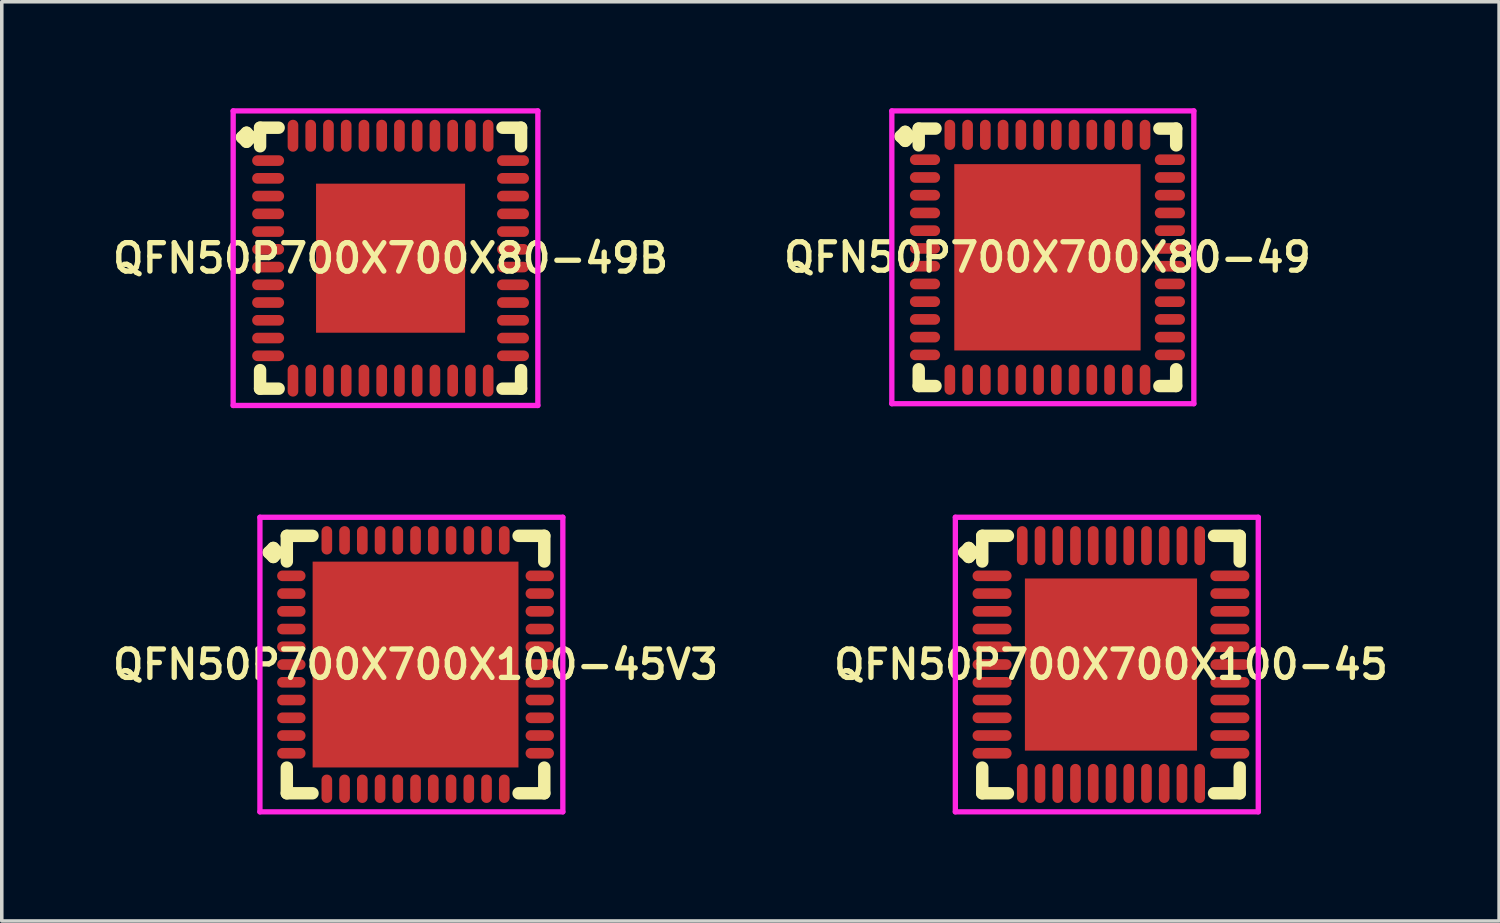
<source format=kicad_pcb>
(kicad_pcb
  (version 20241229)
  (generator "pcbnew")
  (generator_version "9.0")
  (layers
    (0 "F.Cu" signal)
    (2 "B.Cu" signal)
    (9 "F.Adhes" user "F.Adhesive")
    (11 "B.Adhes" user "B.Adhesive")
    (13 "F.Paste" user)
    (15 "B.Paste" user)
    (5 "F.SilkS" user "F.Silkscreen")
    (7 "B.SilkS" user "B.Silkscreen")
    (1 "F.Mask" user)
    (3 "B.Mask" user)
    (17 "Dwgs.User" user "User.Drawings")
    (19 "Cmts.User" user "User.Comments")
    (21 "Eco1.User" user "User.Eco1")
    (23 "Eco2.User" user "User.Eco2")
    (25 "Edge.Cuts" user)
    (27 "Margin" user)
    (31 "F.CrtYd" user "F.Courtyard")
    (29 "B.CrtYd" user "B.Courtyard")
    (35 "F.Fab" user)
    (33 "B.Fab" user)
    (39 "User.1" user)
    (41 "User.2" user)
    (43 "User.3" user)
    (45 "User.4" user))
  (footprint "QFN50P700X700X100-45V3"
    (layer "F.Cu")
    (at 8.659 15.675)
    (property "Reference" "QFN50P700X700X100-45V3" (at 0 0 0) (layer "F.SilkS") (effects (font (size 0.8 0.8) (thickness 0.15))))
    (attr through_hole)
    (fp_line (start -4.135 -3.158) (end -4.008 -3.285) (stroke (width 0.35) (type solid)) (layer "F.SilkS"))
    (fp_line (start -4.008 -3.285) (end -3.881 -3.158) (stroke (width 0.35) (type solid)) (layer "F.SilkS"))
    (fp_line (start -4.008 -3.031) (end -4.135 -3.158) (stroke (width 0.35) (type solid)) (layer "F.SilkS"))
    (fp_line (start -3.881 -3.158) (end -4.008 -3.031) (stroke (width 0.35) (type solid)) (layer "F.SilkS"))
    (fp_line (start -3.627 -3.627) (end -2.904 -3.627) (stroke (width 0.35) (type solid)) (layer "F.SilkS"))
    (fp_line (start -3.627 -2.904) (end -3.627 -3.627) (stroke (width 0.35) (type solid)) (layer "F.SilkS"))
    (fp_line (start -3.627 2.904) (end -3.627 3.627) (stroke (width 0.35) (type solid)) (layer "F.SilkS"))
    (fp_line (start -3.627 3.627) (end -2.904 3.627) (stroke (width 0.35) (type solid)) (layer "F.SilkS"))
    (fp_line (start 2.904 -3.627) (end 3.627 -3.627) (stroke (width 0.35) (type solid)) (layer "F.SilkS"))
    (fp_line (start 2.904 3.627) (end 3.627 3.627) (stroke (width 0.35) (type solid)) (layer "F.SilkS"))
    (fp_line (start 3.627 -3.627) (end 3.627 -2.904) (stroke (width 0.35) (type solid)) (layer "F.SilkS"))
    (fp_line (start 3.627 3.627) (end 3.627 2.904) (stroke (width 0.35) (type solid)) (layer "F.SilkS"))
    (fp_line (start -4.385 -4.15) (end 4.15 -4.15) (stroke (width 0.15) (type solid)) (layer "F.CrtYd"))
    (fp_line (start -4.385 4.15) (end -4.385 -4.15) (stroke (width 0.15) (type solid)) (layer "F.CrtYd"))
    (fp_line (start 4.15 -4.15) (end 4.15 4.15) (stroke (width 0.15) (type solid)) (layer "F.CrtYd"))
    (fp_line (start 4.15 4.15) (end -4.385 4.15) (stroke (width 0.15) (type solid)) (layer "F.CrtYd"))
    (pad "1" smd oval (at -3.5 -2.5) (size 0.8 0.3) (layers "F.Cu" "F.Mask" "F.Paste"))
    (pad "2" smd oval (at -3.5 -2) (size 0.8 0.3) (layers "F.Cu" "F.Mask" "F.Paste"))
    (pad "3" smd oval (at -3.5 -1.5) (size 0.8 0.3) (layers "F.Cu" "F.Mask" "F.Paste"))
    (pad "4" smd oval (at -3.5 -1) (size 0.8 0.3) (layers "F.Cu" "F.Mask" "F.Paste"))
    (pad "5" smd oval (at -3.5 -0.5) (size 0.8 0.3) (layers "F.Cu" "F.Mask" "F.Paste"))
    (pad "6" smd oval (at -3.5 0) (size 0.8 0.3) (layers "F.Cu" "F.Mask" "F.Paste"))
    (pad "7" smd oval (at -3.5 0.5) (size 0.8 0.3) (layers "F.Cu" "F.Mask" "F.Paste"))
    (pad "8" smd oval (at -3.5 1) (size 0.8 0.3) (layers "F.Cu" "F.Mask" "F.Paste"))
    (pad "9" smd oval (at -3.5 1.5) (size 0.8 0.3) (layers "F.Cu" "F.Mask" "F.Paste"))
    (pad "10" smd oval (at -3.5 2) (size 0.8 0.3) (layers "F.Cu" "F.Mask" "F.Paste"))
    (pad "11" smd oval (at -3.5 2.5) (size 0.8 0.3) (layers "F.Cu" "F.Mask" "F.Paste"))
    (pad "12" smd oval (at -2.5 3.5) (size 0.3 0.8) (layers "F.Cu" "F.Mask" "F.Paste"))
    (pad "13" smd oval (at -2 3.5) (size 0.3 0.8) (layers "F.Cu" "F.Mask" "F.Paste"))
    (pad "14" smd oval (at -1.5 3.5) (size 0.3 0.8) (layers "F.Cu" "F.Mask" "F.Paste"))
    (pad "15" smd oval (at -1 3.5) (size 0.3 0.8) (layers "F.Cu" "F.Mask" "F.Paste"))
    (pad "16" smd oval (at -0.5 3.5) (size 0.3 0.8) (layers "F.Cu" "F.Mask" "F.Paste"))
    (pad "17" smd oval (at 0 3.5) (size 0.3 0.8) (layers "F.Cu" "F.Mask" "F.Paste"))
    (pad "18" smd oval (at 0.5 3.5) (size 0.3 0.8) (layers "F.Cu" "F.Mask" "F.Paste"))
    (pad "19" smd oval (at 1 3.5) (size 0.3 0.8) (layers "F.Cu" "F.Mask" "F.Paste"))
    (pad "20" smd oval (at 1.5 3.5) (size 0.3 0.8) (layers "F.Cu" "F.Mask" "F.Paste"))
    (pad "21" smd oval (at 2 3.5) (size 0.3 0.8) (layers "F.Cu" "F.Mask" "F.Paste"))
    (pad "22" smd oval (at 2.5 3.5) (size 0.3 0.8) (layers "F.Cu" "F.Mask" "F.Paste"))
    (pad "23" smd oval (at 3.5 2.5) (size 0.8 0.3) (layers "F.Cu" "F.Mask" "F.Paste"))
    (pad "24" smd oval (at 3.5 2) (size 0.8 0.3) (layers "F.Cu" "F.Mask" "F.Paste"))
    (pad "25" smd oval (at 3.5 1.5) (size 0.8 0.3) (layers "F.Cu" "F.Mask" "F.Paste"))
    (pad "26" smd oval (at 3.5 1) (size 0.8 0.3) (layers "F.Cu" "F.Mask" "F.Paste"))
    (pad "27" smd oval (at 3.5 0.5) (size 0.8 0.3) (layers "F.Cu" "F.Mask" "F.Paste"))
    (pad "28" smd oval (at 3.5 0) (size 0.8 0.3) (layers "F.Cu" "F.Mask" "F.Paste"))
    (pad "29" smd oval (at 3.5 -0.5) (size 0.8 0.3) (layers "F.Cu" "F.Mask" "F.Paste"))
    (pad "30" smd oval (at 3.5 -1) (size 0.8 0.3) (layers "F.Cu" "F.Mask" "F.Paste"))
    (pad "31" smd oval (at 3.5 -1.5) (size 0.8 0.3) (layers "F.Cu" "F.Mask" "F.Paste"))
    (pad "32" smd oval (at 3.5 -2) (size 0.8 0.3) (layers "F.Cu" "F.Mask" "F.Paste"))
    (pad "33" smd oval (at 3.5 -2.5) (size 0.8 0.3) (layers "F.Cu" "F.Mask" "F.Paste"))
    (pad "34" smd oval (at 2.5 -3.5) (size 0.3 0.8) (layers "F.Cu" "F.Mask" "F.Paste"))
    (pad "35" smd oval (at 2 -3.5) (size 0.3 0.8) (layers "F.Cu" "F.Mask" "F.Paste"))
    (pad "36" smd oval (at 1.5 -3.5) (size 0.3 0.8) (layers "F.Cu" "F.Mask" "F.Paste"))
    (pad "37" smd oval (at 1 -3.5) (size 0.3 0.8) (layers "F.Cu" "F.Mask" "F.Paste"))
    (pad "38" smd oval (at 0.5 -3.5) (size 0.3 0.8) (layers "F.Cu" "F.Mask" "F.Paste"))
    (pad "39" smd oval (at 0 -3.5) (size 0.3 0.8) (layers "F.Cu" "F.Mask" "F.Paste"))
    (pad "40" smd oval (at -0.5 -3.5) (size 0.3 0.8) (layers "F.Cu" "F.Mask" "F.Paste"))
    (pad "41" smd oval (at -1 -3.5) (size 0.3 0.8) (layers "F.Cu" "F.Mask" "F.Paste"))
    (pad "42" smd oval (at -1.5 -3.5) (size 0.3 0.8) (layers "F.Cu" "F.Mask" "F.Paste"))
    (pad "43" smd oval (at -2 -3.5) (size 0.3 0.8) (layers "F.Cu" "F.Mask" "F.Paste"))
    (pad "44" smd oval (at -2.5 -3.5) (size 0.3 0.8) (layers "F.Cu" "F.Mask" "F.Paste"))
    (pad "45" smd rect (at 0 0) (size 5.8 5.8) (layers "F.Cu" "F.Mask" "F.Paste")))
  (footprint "QFN50P700X700X80-49B"
    (layer "F.Cu")
    (at 7.955 4.225)
    (property "Reference" "QFN50P700X700X80-49B" (at 0 0 0) (layer "F.SilkS") (effects (font (size 0.8 0.8) (thickness 0.15))))
    (attr smd)
    (fp_line (start -4.185 -3.408) (end -4.058 -3.535) (stroke (width 0.35) (type solid)) (layer "F.SilkS"))
    (fp_line (start -4.058 -3.535) (end -3.931 -3.408) (stroke (width 0.35) (type solid)) (layer "F.SilkS"))
    (fp_line (start -4.058 -3.281) (end -4.185 -3.408) (stroke (width 0.35) (type solid)) (layer "F.SilkS"))
    (fp_line (start -3.931 -3.408) (end -4.058 -3.281) (stroke (width 0.35) (type solid)) (layer "F.SilkS"))
    (fp_line (start -3.677 -3.677) (end -3.154 -3.677) (stroke (width 0.35) (type solid)) (layer "F.SilkS"))
    (fp_line (start -3.677 -3.154) (end -3.677 -3.677) (stroke (width 0.35) (type solid)) (layer "F.SilkS"))
    (fp_line (start -3.677 3.154) (end -3.677 3.677) (stroke (width 0.35) (type solid)) (layer "F.SilkS"))
    (fp_line (start -3.677 3.677) (end -3.154 3.677) (stroke (width 0.35) (type solid)) (layer "F.SilkS"))
    (fp_line (start 3.154 -3.677) (end 3.677 -3.677) (stroke (width 0.35) (type solid)) (layer "F.SilkS"))
    (fp_line (start 3.154 3.677) (end 3.677 3.677) (stroke (width 0.35) (type solid)) (layer "F.SilkS"))
    (fp_line (start 3.677 -3.677) (end 3.677 -3.154) (stroke (width 0.35) (type solid)) (layer "F.SilkS"))
    (fp_line (start 3.677 3.677) (end 3.677 3.154) (stroke (width 0.35) (type solid)) (layer "F.SilkS"))
    (fp_line (start -4.435 -4.15) (end 4.15 -4.15) (stroke (width 0.15) (type solid)) (layer "F.CrtYd"))
    (fp_line (start -4.435 4.15) (end -4.435 -4.15) (stroke (width 0.15) (type solid)) (layer "F.CrtYd"))
    (fp_line (start 4.15 -4.15) (end 4.15 4.15) (stroke (width 0.15) (type solid)) (layer "F.CrtYd"))
    (fp_line (start 4.15 4.15) (end -4.435 4.15) (stroke (width 0.15) (type solid)) (layer "F.CrtYd"))
    (pad "1" smd oval (at -3.45 -2.75) (size 0.9 0.3) (layers "F.Cu" "F.Mask" "F.Paste"))
    (pad "2" smd oval (at -3.45 -2.25) (size 0.9 0.3) (layers "F.Cu" "F.Mask" "F.Paste"))
    (pad "3" smd oval (at -3.45 -1.75) (size 0.9 0.3) (layers "F.Cu" "F.Mask" "F.Paste"))
    (pad "4" smd oval (at -3.45 -1.25) (size 0.9 0.3) (layers "F.Cu" "F.Mask" "F.Paste"))
    (pad "5" smd oval (at -3.45 -0.75) (size 0.9 0.3) (layers "F.Cu" "F.Mask" "F.Paste"))
    (pad "6" smd oval (at -3.45 -0.25) (size 0.9 0.3) (layers "F.Cu" "F.Mask" "F.Paste"))
    (pad "7" smd oval (at -3.45 0.25) (size 0.9 0.3) (layers "F.Cu" "F.Mask" "F.Paste"))
    (pad "8" smd oval (at -3.45 0.75) (size 0.9 0.3) (layers "F.Cu" "F.Mask" "F.Paste"))
    (pad "9" smd oval (at -3.45 1.25) (size 0.9 0.3) (layers "F.Cu" "F.Mask" "F.Paste"))
    (pad "10" smd oval (at -3.45 1.75) (size 0.9 0.3) (layers "F.Cu" "F.Mask" "F.Paste"))
    (pad "11" smd oval (at -3.45 2.25) (size 0.9 0.3) (layers "F.Cu" "F.Mask" "F.Paste"))
    (pad "12" smd oval (at -3.45 2.75) (size 0.9 0.3) (layers "F.Cu" "F.Mask" "F.Paste"))
    (pad "13" smd oval (at -2.75 3.45) (size 0.3 0.9) (layers "F.Cu" "F.Mask" "F.Paste"))
    (pad "14" smd oval (at -2.25 3.45) (size 0.3 0.9) (layers "F.Cu" "F.Mask" "F.Paste"))
    (pad "15" smd oval (at -1.75 3.45) (size 0.3 0.9) (layers "F.Cu" "F.Mask" "F.Paste"))
    (pad "16" smd oval (at -1.25 3.45) (size 0.3 0.9) (layers "F.Cu" "F.Mask" "F.Paste"))
    (pad "17" smd oval (at -0.75 3.45) (size 0.3 0.9) (layers "F.Cu" "F.Mask" "F.Paste"))
    (pad "18" smd oval (at -0.25 3.45) (size 0.3 0.9) (layers "F.Cu" "F.Mask" "F.Paste"))
    (pad "19" smd oval (at 0.25 3.45) (size 0.3 0.9) (layers "F.Cu" "F.Mask" "F.Paste"))
    (pad "20" smd oval (at 0.75 3.45) (size 0.3 0.9) (layers "F.Cu" "F.Mask" "F.Paste"))
    (pad "21" smd oval (at 1.25 3.45) (size 0.3 0.9) (layers "F.Cu" "F.Mask" "F.Paste"))
    (pad "22" smd oval (at 1.75 3.45) (size 0.3 0.9) (layers "F.Cu" "F.Mask" "F.Paste"))
    (pad "23" smd oval (at 2.25 3.45) (size 0.3 0.9) (layers "F.Cu" "F.Mask" "F.Paste"))
    (pad "24" smd oval (at 2.75 3.45) (size 0.3 0.9) (layers "F.Cu" "F.Mask" "F.Paste"))
    (pad "25" smd oval (at 3.45 2.75) (size 0.9 0.3) (layers "F.Cu" "F.Mask" "F.Paste"))
    (pad "26" smd oval (at 3.45 2.25) (size 0.9 0.3) (layers "F.Cu" "F.Mask" "F.Paste"))
    (pad "27" smd oval (at 3.45 1.75) (size 0.9 0.3) (layers "F.Cu" "F.Mask" "F.Paste"))
    (pad "28" smd oval (at 3.45 1.25) (size 0.9 0.3) (layers "F.Cu" "F.Mask" "F.Paste"))
    (pad "29" smd oval (at 3.45 0.75) (size 0.9 0.3) (layers "F.Cu" "F.Mask" "F.Paste"))
    (pad "30" smd oval (at 3.45 0.25) (size 0.9 0.3) (layers "F.Cu" "F.Mask" "F.Paste"))
    (pad "31" smd oval (at 3.45 -0.25) (size 0.9 0.3) (layers "F.Cu" "F.Mask" "F.Paste"))
    (pad "32" smd oval (at 3.45 -0.75) (size 0.9 0.3) (layers "F.Cu" "F.Mask" "F.Paste"))
    (pad "33" smd oval (at 3.45 -1.25) (size 0.9 0.3) (layers "F.Cu" "F.Mask" "F.Paste"))
    (pad "34" smd oval (at 3.45 -1.75) (size 0.9 0.3) (layers "F.Cu" "F.Mask" "F.Paste"))
    (pad "35" smd oval (at 3.45 -2.25) (size 0.9 0.3) (layers "F.Cu" "F.Mask" "F.Paste"))
    (pad "36" smd oval (at 3.45 -2.75) (size 0.9 0.3) (layers "F.Cu" "F.Mask" "F.Paste"))
    (pad "37" smd oval (at 2.75 -3.45) (size 0.3 0.9) (layers "F.Cu" "F.Mask" "F.Paste"))
    (pad "38" smd oval (at 2.25 -3.45) (size 0.3 0.9) (layers "F.Cu" "F.Mask" "F.Paste"))
    (pad "39" smd oval (at 1.75 -3.45) (size 0.3 0.9) (layers "F.Cu" "F.Mask" "F.Paste"))
    (pad "40" smd oval (at 1.25 -3.45) (size 0.3 0.9) (layers "F.Cu" "F.Mask" "F.Paste"))
    (pad "41" smd oval (at 0.75 -3.45) (size 0.3 0.9) (layers "F.Cu" "F.Mask" "F.Paste"))
    (pad "42" smd oval (at 0.25 -3.45) (size 0.3 0.9) (layers "F.Cu" "F.Mask" "F.Paste"))
    (pad "43" smd oval (at -0.25 -3.45) (size 0.3 0.9) (layers "F.Cu" "F.Mask" "F.Paste"))
    (pad "44" smd oval (at -0.75 -3.45) (size 0.3 0.9) (layers "F.Cu" "F.Mask" "F.Paste"))
    (pad "45" smd oval (at -1.25 -3.45) (size 0.3 0.9) (layers "F.Cu" "F.Mask" "F.Paste"))
    (pad "46" smd oval (at -1.75 -3.45) (size 0.3 0.9) (layers "F.Cu" "F.Mask" "F.Paste"))
    (pad "47" smd oval (at -2.25 -3.45) (size 0.3 0.9) (layers "F.Cu" "F.Mask" "F.Paste"))
    (pad "48" smd oval (at -2.75 -3.45) (size 0.3 0.9) (layers "F.Cu" "F.Mask" "F.Paste"))
    (pad "49" smd rect (at 0 0) (size 4.2 4.2) (layers "F.Cu" "F.Mask" "F.Paste")))
  (footprint "QFN50P700X700X80-49"
    (layer "F.Cu")
    (at 26.464 4.2)
    (property "Reference" "QFN50P700X700X80-49" (at 0 0 0) (layer "F.SilkS") (effects (font (size 0.8 0.8) (thickness 0.15))))
    (attr through_hole)
    (fp_line (start -4.135 -3.408) (end -4.008 -3.535) (stroke (width 0.35) (type solid)) (layer "F.SilkS"))
    (fp_line (start -4.008 -3.535) (end -3.881 -3.408) (stroke (width 0.35) (type solid)) (layer "F.SilkS"))
    (fp_line (start -4.008 -3.281) (end -4.135 -3.408) (stroke (width 0.35) (type solid)) (layer "F.SilkS"))
    (fp_line (start -3.881 -3.408) (end -4.008 -3.281) (stroke (width 0.35) (type solid)) (layer "F.SilkS"))
    (fp_line (start -3.627 -3.627) (end -3.154 -3.627) (stroke (width 0.35) (type solid)) (layer "F.SilkS"))
    (fp_line (start -3.627 -3.154) (end -3.627 -3.627) (stroke (width 0.35) (type solid)) (layer "F.SilkS"))
    (fp_line (start -3.627 3.154) (end -3.627 3.627) (stroke (width 0.35) (type solid)) (layer "F.SilkS"))
    (fp_line (start -3.627 3.627) (end -3.154 3.627) (stroke (width 0.35) (type solid)) (layer "F.SilkS"))
    (fp_line (start 3.154 -3.627) (end 3.627 -3.627) (stroke (width 0.35) (type solid)) (layer "F.SilkS"))
    (fp_line (start 3.154 3.627) (end 3.627 3.627) (stroke (width 0.35) (type solid)) (layer "F.SilkS"))
    (fp_line (start 3.627 -3.627) (end 3.627 -3.154) (stroke (width 0.35) (type solid)) (layer "F.SilkS"))
    (fp_line (start 3.627 3.627) (end 3.627 3.154) (stroke (width 0.35) (type solid)) (layer "F.SilkS"))
    (fp_line (start -4.385 -4.125) (end 4.125 -4.125) (stroke (width 0.15) (type solid)) (layer "F.CrtYd"))
    (fp_line (start -4.385 4.125) (end -4.385 -4.125) (stroke (width 0.15) (type solid)) (layer "F.CrtYd"))
    (fp_line (start 4.125 -4.125) (end 4.125 4.125) (stroke (width 0.15) (type solid)) (layer "F.CrtYd"))
    (fp_line (start 4.125 4.125) (end -4.385 4.125) (stroke (width 0.15) (type solid)) (layer "F.CrtYd"))
    (pad "1" smd oval (at -3.45 -2.75) (size 0.85 0.3) (layers "F.Cu" "F.Mask" "F.Paste"))
    (pad "2" smd oval (at -3.45 -2.25) (size 0.85 0.3) (layers "F.Cu" "F.Mask" "F.Paste"))
    (pad "3" smd oval (at -3.45 -1.75) (size 0.85 0.3) (layers "F.Cu" "F.Mask" "F.Paste"))
    (pad "4" smd oval (at -3.45 -1.25) (size 0.85 0.3) (layers "F.Cu" "F.Mask" "F.Paste"))
    (pad "5" smd oval (at -3.45 -0.75) (size 0.85 0.3) (layers "F.Cu" "F.Mask" "F.Paste"))
    (pad "6" smd oval (at -3.45 -0.25) (size 0.85 0.3) (layers "F.Cu" "F.Mask" "F.Paste"))
    (pad "7" smd oval (at -3.45 0.25) (size 0.85 0.3) (layers "F.Cu" "F.Mask" "F.Paste"))
    (pad "8" smd oval (at -3.45 0.75) (size 0.85 0.3) (layers "F.Cu" "F.Mask" "F.Paste"))
    (pad "9" smd oval (at -3.45 1.25) (size 0.85 0.3) (layers "F.Cu" "F.Mask" "F.Paste"))
    (pad "10" smd oval (at -3.45 1.75) (size 0.85 0.3) (layers "F.Cu" "F.Mask" "F.Paste"))
    (pad "11" smd oval (at -3.45 2.25) (size 0.85 0.3) (layers "F.Cu" "F.Mask" "F.Paste"))
    (pad "12" smd oval (at -3.45 2.75) (size 0.85 0.3) (layers "F.Cu" "F.Mask" "F.Paste"))
    (pad "13" smd oval (at -2.75 3.45) (size 0.3 0.85) (layers "F.Cu" "F.Mask" "F.Paste"))
    (pad "14" smd oval (at -2.25 3.45) (size 0.3 0.85) (layers "F.Cu" "F.Mask" "F.Paste"))
    (pad "15" smd oval (at -1.75 3.45) (size 0.3 0.85) (layers "F.Cu" "F.Mask" "F.Paste"))
    (pad "16" smd oval (at -1.25 3.45) (size 0.3 0.85) (layers "F.Cu" "F.Mask" "F.Paste"))
    (pad "17" smd oval (at -0.75 3.45) (size 0.3 0.85) (layers "F.Cu" "F.Mask" "F.Paste"))
    (pad "18" smd oval (at -0.25 3.45) (size 0.3 0.85) (layers "F.Cu" "F.Mask" "F.Paste"))
    (pad "19" smd oval (at 0.25 3.45) (size 0.3 0.85) (layers "F.Cu" "F.Mask" "F.Paste"))
    (pad "20" smd oval (at 0.75 3.45) (size 0.3 0.85) (layers "F.Cu" "F.Mask" "F.Paste"))
    (pad "21" smd oval (at 1.25 3.45) (size 0.3 0.85) (layers "F.Cu" "F.Mask" "F.Paste"))
    (pad "22" smd oval (at 1.75 3.45) (size 0.3 0.85) (layers "F.Cu" "F.Mask" "F.Paste"))
    (pad "23" smd oval (at 2.25 3.45) (size 0.3 0.85) (layers "F.Cu" "F.Mask" "F.Paste"))
    (pad "24" smd oval (at 2.75 3.45) (size 0.3 0.85) (layers "F.Cu" "F.Mask" "F.Paste"))
    (pad "25" smd oval (at 3.45 2.75) (size 0.85 0.3) (layers "F.Cu" "F.Mask" "F.Paste"))
    (pad "26" smd oval (at 3.45 2.25) (size 0.85 0.3) (layers "F.Cu" "F.Mask" "F.Paste"))
    (pad "27" smd oval (at 3.45 1.75) (size 0.85 0.3) (layers "F.Cu" "F.Mask" "F.Paste"))
    (pad "28" smd oval (at 3.45 1.25) (size 0.85 0.3) (layers "F.Cu" "F.Mask" "F.Paste"))
    (pad "29" smd oval (at 3.45 0.75) (size 0.85 0.3) (layers "F.Cu" "F.Mask" "F.Paste"))
    (pad "30" smd oval (at 3.45 0.25) (size 0.85 0.3) (layers "F.Cu" "F.Mask" "F.Paste"))
    (pad "31" smd oval (at 3.45 -0.25) (size 0.85 0.3) (layers "F.Cu" "F.Mask" "F.Paste"))
    (pad "32" smd oval (at 3.45 -0.75) (size 0.85 0.3) (layers "F.Cu" "F.Mask" "F.Paste"))
    (pad "33" smd oval (at 3.45 -1.25) (size 0.85 0.3) (layers "F.Cu" "F.Mask" "F.Paste"))
    (pad "34" smd oval (at 3.45 -1.75) (size 0.85 0.3) (layers "F.Cu" "F.Mask" "F.Paste"))
    (pad "35" smd oval (at 3.45 -2.25) (size 0.85 0.3) (layers "F.Cu" "F.Mask" "F.Paste"))
    (pad "36" smd oval (at 3.45 -2.75) (size 0.85 0.3) (layers "F.Cu" "F.Mask" "F.Paste"))
    (pad "37" smd oval (at 2.75 -3.45) (size 0.3 0.85) (layers "F.Cu" "F.Mask" "F.Paste"))
    (pad "38" smd oval (at 2.25 -3.45) (size 0.3 0.85) (layers "F.Cu" "F.Mask" "F.Paste"))
    (pad "39" smd oval (at 1.75 -3.45) (size 0.3 0.85) (layers "F.Cu" "F.Mask" "F.Paste"))
    (pad "40" smd oval (at 1.25 -3.45) (size 0.3 0.85) (layers "F.Cu" "F.Mask" "F.Paste"))
    (pad "41" smd oval (at 0.75 -3.45) (size 0.3 0.85) (layers "F.Cu" "F.Mask" "F.Paste"))
    (pad "42" smd oval (at 0.25 -3.45) (size 0.3 0.85) (layers "F.Cu" "F.Mask" "F.Paste"))
    (pad "43" smd oval (at -0.25 -3.45) (size 0.3 0.85) (layers "F.Cu" "F.Mask" "F.Paste"))
    (pad "44" smd oval (at -0.75 -3.45) (size 0.3 0.85) (layers "F.Cu" "F.Mask" "F.Paste"))
    (pad "45" smd oval (at -1.25 -3.45) (size 0.3 0.85) (layers "F.Cu" "F.Mask" "F.Paste"))
    (pad "46" smd oval (at -1.75 -3.45) (size 0.3 0.85) (layers "F.Cu" "F.Mask" "F.Paste"))
    (pad "47" smd oval (at -2.25 -3.45) (size 0.3 0.85) (layers "F.Cu" "F.Mask" "F.Paste"))
    (pad "48" smd oval (at -2.75 -3.45) (size 0.3 0.85) (layers "F.Cu" "F.Mask" "F.Paste"))
    (pad "49" smd rect (at 0 0) (size 5.25 5.25) (layers "F.Cu" "F.Mask" "F.Paste")))
  (footprint "QFN50P700X700X100-45"
    (layer "F.Cu")
    (at 28.254 15.675)
    (property "Reference" "QFN50P700X700X100-45" (at 0 0 0) (layer "F.SilkS") (effects (font (size 0.8 0.8) (thickness 0.15))))
    (attr smd)
    (fp_line (start -4.135 -3.158) (end -4.008 -3.285) (stroke (width 0.35) (type solid)) (layer "F.SilkS"))
    (fp_line (start -4.008 -3.285) (end -3.881 -3.158) (stroke (width 0.35) (type solid)) (layer "F.SilkS"))
    (fp_line (start -4.008 -3.031) (end -4.135 -3.158) (stroke (width 0.35) (type solid)) (layer "F.SilkS"))
    (fp_line (start -3.881 -3.158) (end -4.008 -3.031) (stroke (width 0.35) (type solid)) (layer "F.SilkS"))
    (fp_line (start -3.627 -3.627) (end -2.904 -3.627) (stroke (width 0.35) (type solid)) (layer "F.SilkS"))
    (fp_line (start -3.627 -2.904) (end -3.627 -3.627) (stroke (width 0.35) (type solid)) (layer "F.SilkS"))
    (fp_line (start -3.627 2.904) (end -3.627 3.627) (stroke (width 0.35) (type solid)) (layer "F.SilkS"))
    (fp_line (start -3.627 3.627) (end -2.904 3.627) (stroke (width 0.35) (type solid)) (layer "F.SilkS"))
    (fp_line (start 2.904 -3.627) (end 3.627 -3.627) (stroke (width 0.35) (type solid)) (layer "F.SilkS"))
    (fp_line (start 2.904 3.627) (end 3.627 3.627) (stroke (width 0.35) (type solid)) (layer "F.SilkS"))
    (fp_line (start 3.627 -3.627) (end 3.627 -2.904) (stroke (width 0.35) (type solid)) (layer "F.SilkS"))
    (fp_line (start 3.627 3.627) (end 3.627 2.904) (stroke (width 0.35) (type solid)) (layer "F.SilkS"))
    (fp_line (start -4.385 -4.15) (end 4.15 -4.15) (stroke (width 0.15) (type solid)) (layer "F.CrtYd"))
    (fp_line (start -4.385 4.15) (end -4.385 -4.15) (stroke (width 0.15) (type solid)) (layer "F.CrtYd"))
    (fp_line (start 4.15 -4.15) (end 4.15 4.15) (stroke (width 0.15) (type solid)) (layer "F.CrtYd"))
    (fp_line (start 4.15 4.15) (end -4.385 4.15) (stroke (width 0.15) (type solid)) (layer "F.CrtYd"))
    (pad "1" smd oval (at -3.35 -2.5) (size 1.1 0.3) (layers "F.Cu" "F.Mask" "F.Paste"))
    (pad "2" smd oval (at -3.35 -2) (size 1.1 0.3) (layers "F.Cu" "F.Mask" "F.Paste"))
    (pad "3" smd oval (at -3.35 -1.5) (size 1.1 0.3) (layers "F.Cu" "F.Mask" "F.Paste"))
    (pad "4" smd oval (at -3.35 -1) (size 1.1 0.3) (layers "F.Cu" "F.Mask" "F.Paste"))
    (pad "5" smd oval (at -3.35 -0.5) (size 1.1 0.3) (layers "F.Cu" "F.Mask" "F.Paste"))
    (pad "6" smd oval (at -3.35 0) (size 1.1 0.3) (layers "F.Cu" "F.Mask" "F.Paste"))
    (pad "7" smd oval (at -3.35 0.5) (size 1.1 0.3) (layers "F.Cu" "F.Mask" "F.Paste"))
    (pad "8" smd oval (at -3.35 1) (size 1.1 0.3) (layers "F.Cu" "F.Mask" "F.Paste"))
    (pad "9" smd oval (at -3.35 1.5) (size 1.1 0.3) (layers "F.Cu" "F.Mask" "F.Paste"))
    (pad "10" smd oval (at -3.35 2) (size 1.1 0.3) (layers "F.Cu" "F.Mask" "F.Paste"))
    (pad "11" smd oval (at -3.35 2.5) (size 1.1 0.3) (layers "F.Cu" "F.Mask" "F.Paste"))
    (pad "12" smd oval (at -2.5 3.35) (size 0.3 1.1) (layers "F.Cu" "F.Mask" "F.Paste"))
    (pad "13" smd oval (at -2 3.35) (size 0.3 1.1) (layers "F.Cu" "F.Mask" "F.Paste"))
    (pad "14" smd oval (at -1.5 3.35) (size 0.3 1.1) (layers "F.Cu" "F.Mask" "F.Paste"))
    (pad "15" smd oval (at -1 3.35) (size 0.3 1.1) (layers "F.Cu" "F.Mask" "F.Paste"))
    (pad "16" smd oval (at -0.5 3.35) (size 0.3 1.1) (layers "F.Cu" "F.Mask" "F.Paste"))
    (pad "17" smd oval (at 0 3.35) (size 0.3 1.1) (layers "F.Cu" "F.Mask" "F.Paste"))
    (pad "18" smd oval (at 0.5 3.35) (size 0.3 1.1) (layers "F.Cu" "F.Mask" "F.Paste"))
    (pad "19" smd oval (at 1 3.35) (size 0.3 1.1) (layers "F.Cu" "F.Mask" "F.Paste"))
    (pad "20" smd oval (at 1.5 3.35) (size 0.3 1.1) (layers "F.Cu" "F.Mask" "F.Paste"))
    (pad "21" smd oval (at 2 3.35) (size 0.3 1.1) (layers "F.Cu" "F.Mask" "F.Paste"))
    (pad "22" smd oval (at 2.5 3.35) (size 0.3 1.1) (layers "F.Cu" "F.Mask" "F.Paste"))
    (pad "23" smd oval (at 3.35 2.5) (size 1.1 0.3) (layers "F.Cu" "F.Mask" "F.Paste"))
    (pad "24" smd oval (at 3.35 2) (size 1.1 0.3) (layers "F.Cu" "F.Mask" "F.Paste"))
    (pad "25" smd oval (at 3.35 1.5) (size 1.1 0.3) (layers "F.Cu" "F.Mask" "F.Paste"))
    (pad "26" smd oval (at 3.35 1) (size 1.1 0.3) (layers "F.Cu" "F.Mask" "F.Paste"))
    (pad "27" smd oval (at 3.35 0.5) (size 1.1 0.3) (layers "F.Cu" "F.Mask" "F.Paste"))
    (pad "28" smd oval (at 3.35 0) (size 1.1 0.3) (layers "F.Cu" "F.Mask" "F.Paste"))
    (pad "29" smd oval (at 3.35 -0.5) (size 1.1 0.3) (layers "F.Cu" "F.Mask" "F.Paste"))
    (pad "30" smd oval (at 3.35 -1) (size 1.1 0.3) (layers "F.Cu" "F.Mask" "F.Paste"))
    (pad "31" smd oval (at 3.35 -1.5) (size 1.1 0.3) (layers "F.Cu" "F.Mask" "F.Paste"))
    (pad "32" smd oval (at 3.35 -2) (size 1.1 0.3) (layers "F.Cu" "F.Mask" "F.Paste"))
    (pad "33" smd oval (at 3.35 -2.5) (size 1.1 0.3) (layers "F.Cu" "F.Mask" "F.Paste"))
    (pad "34" smd oval (at 2.5 -3.35) (size 0.3 1.1) (layers "F.Cu" "F.Mask" "F.Paste"))
    (pad "35" smd oval (at 2 -3.35) (size 0.3 1.1) (layers "F.Cu" "F.Mask" "F.Paste"))
    (pad "36" smd oval (at 1.5 -3.35) (size 0.3 1.1) (layers "F.Cu" "F.Mask" "F.Paste"))
    (pad "37" smd oval (at 1 -3.35) (size 0.3 1.1) (layers "F.Cu" "F.Mask" "F.Paste"))
    (pad "38" smd oval (at 0.5 -3.35) (size 0.3 1.1) (layers "F.Cu" "F.Mask" "F.Paste"))
    (pad "39" smd oval (at 0 -3.35) (size 0.3 1.1) (layers "F.Cu" "F.Mask" "F.Paste"))
    (pad "40" smd oval (at -0.5 -3.35) (size 0.3 1.1) (layers "F.Cu" "F.Mask" "F.Paste"))
    (pad "41" smd oval (at -1 -3.35) (size 0.3 1.1) (layers "F.Cu" "F.Mask" "F.Paste"))
    (pad "42" smd oval (at -1.5 -3.35) (size 0.3 1.1) (layers "F.Cu" "F.Mask" "F.Paste"))
    (pad "43" smd oval (at -2 -3.35) (size 0.3 1.1) (layers "F.Cu" "F.Mask" "F.Paste"))
    (pad "44" smd oval (at -2.5 -3.35) (size 0.3 1.1) (layers "F.Cu" "F.Mask" "F.Paste"))
    (pad "45" smd rect (at 0 0) (size 4.85 4.85) (layers "F.Cu" "F.Mask" "F.Paste")))
  (gr_rect
    (start -3 -3)
    (end 39.19 22.9)
    (stroke (width 0.1) (type default))
    (fill no)
    (layer "Edge.Cuts")))
</source>
